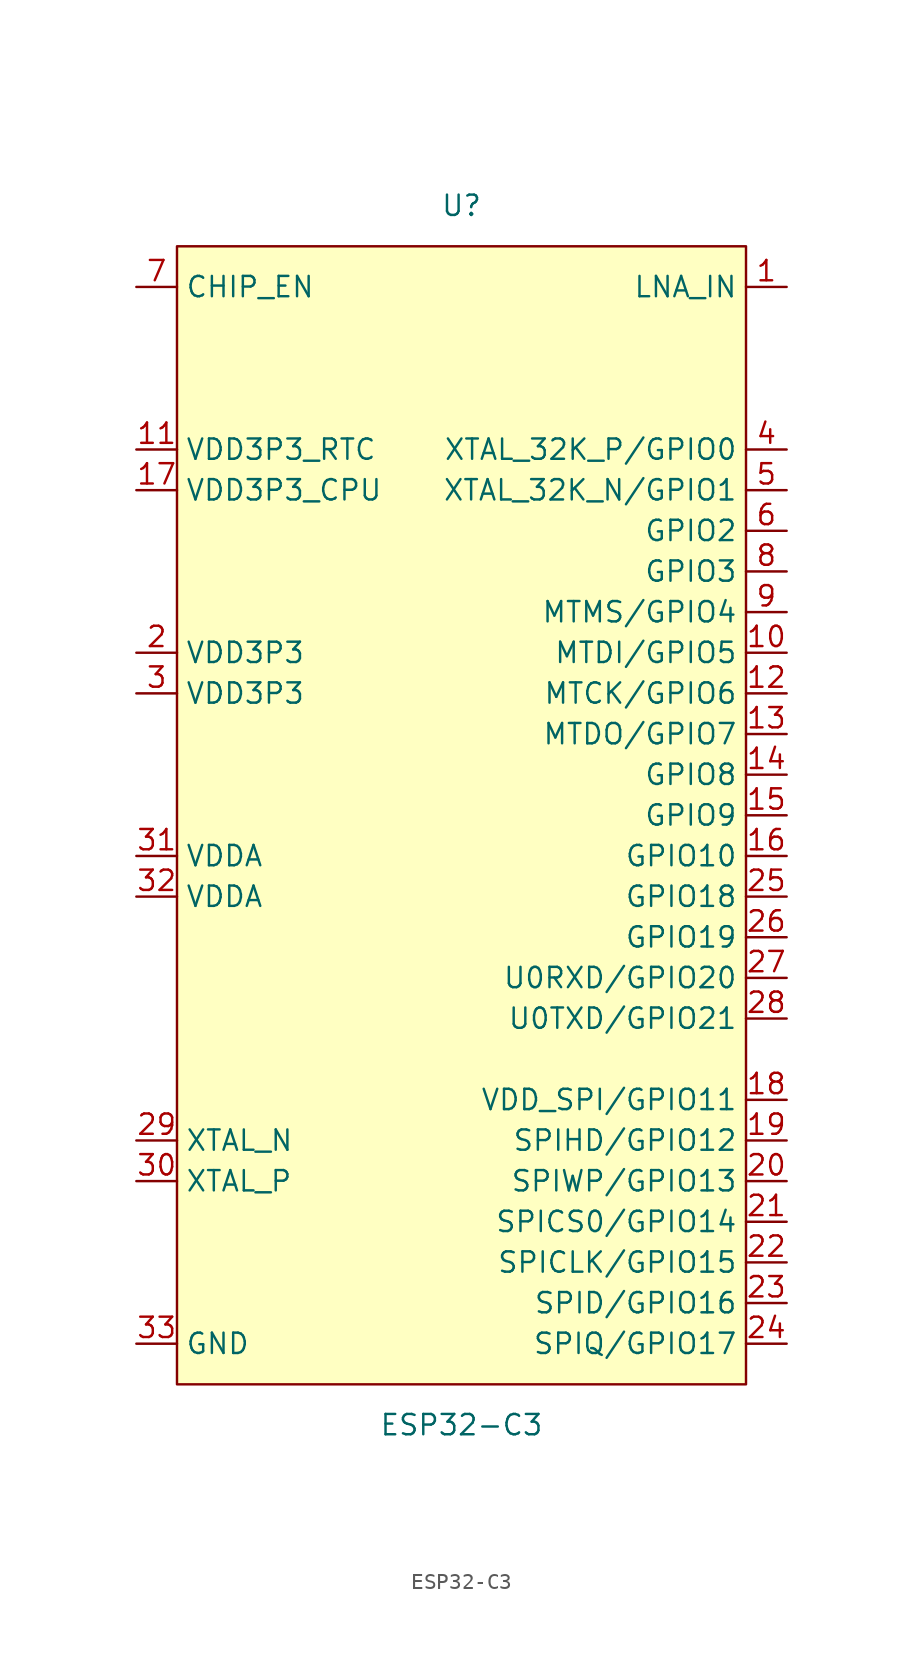
<source format=kicad_sym>
(kicad_symbol_lib
  (version 20210619)
  (generator kicad_symbol_editor)
  (symbol "lofive-unchained:ESP32-C3"
    (property "Reference" "U"
      (at 0 38.1 0)
      (effects (font (size 1.27 1.27))))
    (property "Value" "ESP32-C3"
      (at 0 -38.1 0)
      (effects (font (size 1.27 1.27))))
    (symbol "ESP32-C3_0_1"
      (rectangle (start -17.78 35.56) (end 17.78 -35.56) (stroke (width 0.152)) (fill (type background))))
    (symbol "ESP32-C3_1_1"
      (pin passive line (at 20.32 33.02 180) (length 2.54) (name "LNA_IN" (effects (font (size 1.27 1.27)))) (number "1" (effects (font (size 1.27 1.27)))))
      (pin passive line (at 20.32 10.16 180) (length 2.54) (name "MTDI/GPIO5" (effects (font (size 1.27 1.27)))) (number "10" (effects (font (size 1.27 1.27)))))
      (pin passive line (at -20.32 22.86 0) (length 2.54) (name "VDD3P3_RTC" (effects (font (size 1.27 1.27)))) (number "11" (effects (font (size 1.27 1.27)))))
      (pin passive line (at 20.32 7.62 180) (length 2.54) (name "MTCK/GPIO6" (effects (font (size 1.27 1.27)))) (number "12" (effects (font (size 1.27 1.27)))))
      (pin passive line (at 20.32 5.08 180) (length 2.54) (name "MTDO/GPIO7" (effects (font (size 1.27 1.27)))) (number "13" (effects (font (size 1.27 1.27)))))
      (pin passive line (at 20.32 2.54 180) (length 2.54) (name "GPIO8" (effects (font (size 1.27 1.27)))) (number "14" (effects (font (size 1.27 1.27)))))
      (pin passive line (at 20.32 0 180) (length 2.54) (name "GPIO9" (effects (font (size 1.27 1.27)))) (number "15" (effects (font (size 1.27 1.27)))))
      (pin passive line (at 20.32 -2.54 180) (length 2.54) (name "GPIO10" (effects (font (size 1.27 1.27)))) (number "16" (effects (font (size 1.27 1.27)))))
      (pin passive line (at -20.32 20.32 0) (length 2.54) (name "VDD3P3_CPU" (effects (font (size 1.27 1.27)))) (number "17" (effects (font (size 1.27 1.27)))))
      (pin passive line (at 20.32 -17.78 180) (length 2.54) (name "VDD_SPI/GPIO11" (effects (font (size 1.27 1.27)))) (number "18" (effects (font (size 1.27 1.27)))))
      (pin passive line (at 20.32 -20.32 180) (length 2.54) (name "SPIHD/GPIO12" (effects (font (size 1.27 1.27)))) (number "19" (effects (font (size 1.27 1.27)))))
      (pin power_in line (at -20.32 10.16 0) (length 2.54) (name "VDD3P3" (effects (font (size 1.27 1.27)))) (number "2" (effects (font (size 1.27 1.27)))))
      (pin passive line (at 20.32 -22.86 180) (length 2.54) (name "SPIWP/GPIO13" (effects (font (size 1.27 1.27)))) (number "20" (effects (font (size 1.27 1.27)))))
      (pin passive line (at 20.32 -25.4 180) (length 2.54) (name "SPICS0/GPIO14" (effects (font (size 1.27 1.27)))) (number "21" (effects (font (size 1.27 1.27)))))
      (pin passive line (at 20.32 -27.94 180) (length 2.54) (name "SPICLK/GPIO15" (effects (font (size 1.27 1.27)))) (number "22" (effects (font (size 1.27 1.27)))))
      (pin passive line (at 20.32 -30.48 180) (length 2.54) (name "SPID/GPIO16" (effects (font (size 1.27 1.27)))) (number "23" (effects (font (size 1.27 1.27)))))
      (pin passive line (at 20.32 -33.02 180) (length 2.54) (name "SPIQ/GPIO17" (effects (font (size 1.27 1.27)))) (number "24" (effects (font (size 1.27 1.27)))))
      (pin passive line (at 20.32 -5.08 180) (length 2.54) (name "GPIO18" (effects (font (size 1.27 1.27)))) (number "25" (effects (font (size 1.27 1.27)))))
      (pin passive line (at 20.32 -7.62 180) (length 2.54) (name "GPIO19" (effects (font (size 1.27 1.27)))) (number "26" (effects (font (size 1.27 1.27)))))
      (pin passive line (at 20.32 -10.16 180) (length 2.54) (name "U0RXD/GPIO20" (effects (font (size 1.27 1.27)))) (number "27" (effects (font (size 1.27 1.27)))))
      (pin passive line (at 20.32 -12.7 180) (length 2.54) (name "U0TXD/GPIO21" (effects (font (size 1.27 1.27)))) (number "28" (effects (font (size 1.27 1.27)))))
      (pin passive line (at -20.32 -20.32 0) (length 2.54) (name "XTAL_N" (effects (font (size 1.27 1.27)))) (number "29" (effects (font (size 1.27 1.27)))))
      (pin power_in line (at -20.32 7.62 0) (length 2.54) (name "VDD3P3" (effects (font (size 1.27 1.27)))) (number "3" (effects (font (size 1.27 1.27)))))
      (pin passive line (at -20.32 -22.86 0) (length 2.54) (name "XTAL_P" (effects (font (size 1.27 1.27)))) (number "30" (effects (font (size 1.27 1.27)))))
      (pin passive line (at -20.32 -2.54 0) (length 2.54) (name "VDDA" (effects (font (size 1.27 1.27)))) (number "31" (effects (font (size 1.27 1.27)))))
      (pin passive line (at -20.32 -5.08 0) (length 2.54) (name "VDDA" (effects (font (size 1.27 1.27)))) (number "32" (effects (font (size 1.27 1.27)))))
      (pin passive line (at -20.32 -33.02 0) (length 2.54) (name "GND" (effects (font (size 1.27 1.27)))) (number "33" (effects (font (size 1.27 1.27)))))
      (pin passive line (at 20.32 22.86 180) (length 2.54) (name "XTAL_32K_P/GPIO0" (effects (font (size 1.27 1.27)))) (number "4" (effects (font (size 1.27 1.27)))))
      (pin passive line (at 20.32 20.32 180) (length 2.54) (name "XTAL_32K_N/GPIO1" (effects (font (size 1.27 1.27)))) (number "5" (effects (font (size 1.27 1.27)))))
      (pin passive line (at 20.32 17.78 180) (length 2.54) (name "GPIO2" (effects (font (size 1.27 1.27)))) (number "6" (effects (font (size 1.27 1.27)))))
      (pin passive line (at -20.32 33.02 0) (length 2.54) (name "CHIP_EN" (effects (font (size 1.27 1.27)))) (number "7" (effects (font (size 1.27 1.27)))))
      (pin passive line (at 20.32 15.24 180) (length 2.54) (name "GPIO3" (effects (font (size 1.27 1.27)))) (number "8" (effects (font (size 1.27 1.27)))))
      (pin passive line (at 20.32 12.7 180) (length 2.54) (name "MTMS/GPIO4" (effects (font (size 1.27 1.27)))) (number "9" (effects (font (size 1.27 1.27))))))))
</source>
